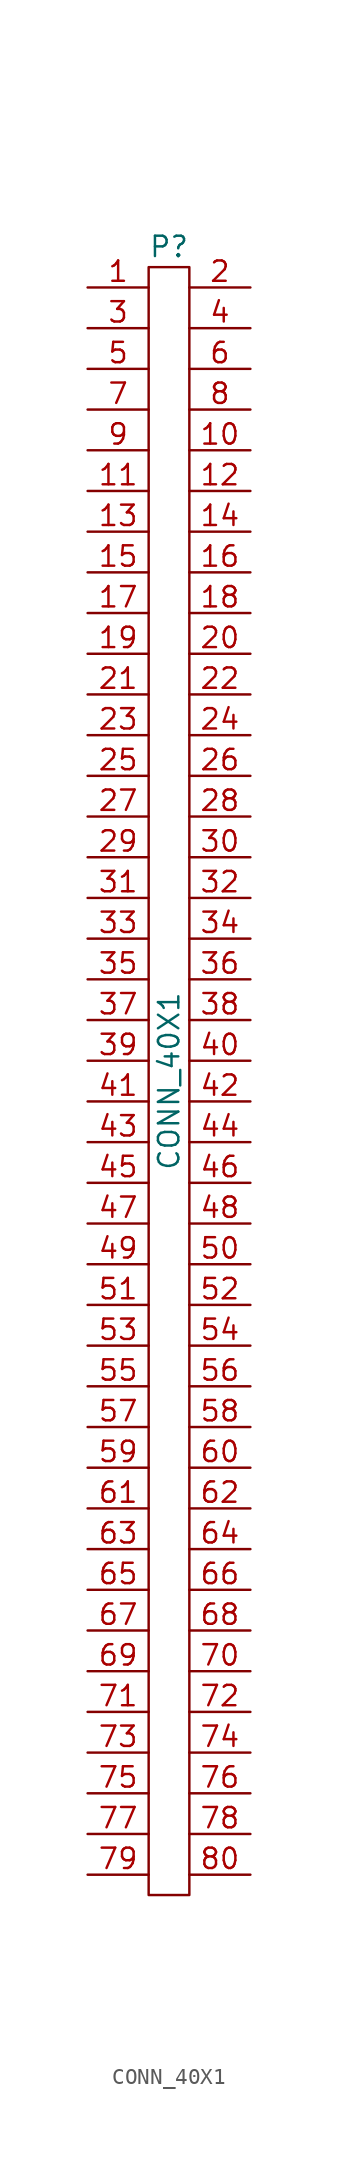
<source format=kicad_sym>
(kicad_symbol_lib
  (version 20201005)
  (generator kicad_symbol_editor)
  (symbol "CONN_40X1"
    (pin_names
      (offset 0.025) hide)
    (property "Reference" "P"
      (at 0 52.07 0)
      (effects (font (size 1.27 1.27))))
    (property "Value" "CONN_40X1"
      (at 0 0 90)
      (effects (font (size 1.27 1.27))))
    (symbol "CONN_40X1_0_1"
      (rectangle (start -1.27 50.8) (end 1.27 -50.8) (stroke (width 0)) (fill (type none))))
    (symbol "CONN_40X1_1_1"
      (pin passive line (at -5.08 49.53 0) (length 3.81) (name "P1" (effects (font (size 1.27 1.27)))) (number "1" (effects (font (size 1.27 1.27)))))
      (pin passive line (at 5.08 39.37 180) (length 3.81) (name "P10" (effects (font (size 1.27 1.27)))) (number "10" (effects (font (size 1.27 1.27)))))
      (pin passive line (at -5.08 36.83 0) (length 3.81) (name "P11" (effects (font (size 1.27 1.27)))) (number "11" (effects (font (size 1.27 1.27)))))
      (pin passive line (at 5.08 36.83 180) (length 3.81) (name "P12" (effects (font (size 1.27 1.27)))) (number "12" (effects (font (size 1.27 1.27)))))
      (pin passive line (at -5.08 34.29 0) (length 3.81) (name "P13" (effects (font (size 1.27 1.27)))) (number "13" (effects (font (size 1.27 1.27)))))
      (pin passive line (at 5.08 34.29 180) (length 3.81) (name "P14" (effects (font (size 1.27 1.27)))) (number "14" (effects (font (size 1.27 1.27)))))
      (pin passive line (at -5.08 31.75 0) (length 3.81) (name "P15" (effects (font (size 1.27 1.27)))) (number "15" (effects (font (size 1.27 1.27)))))
      (pin passive line (at 5.08 31.75 180) (length 3.81) (name "P16" (effects (font (size 1.27 1.27)))) (number "16" (effects (font (size 1.27 1.27)))))
      (pin passive line (at -5.08 29.21 0) (length 3.81) (name "P17" (effects (font (size 1.27 1.27)))) (number "17" (effects (font (size 1.27 1.27)))))
      (pin passive line (at 5.08 29.21 180) (length 3.81) (name "P18" (effects (font (size 1.27 1.27)))) (number "18" (effects (font (size 1.27 1.27)))))
      (pin passive line (at -5.08 26.67 0) (length 3.81) (name "P19" (effects (font (size 1.27 1.27)))) (number "19" (effects (font (size 1.27 1.27)))))
      (pin passive line (at 5.08 49.53 180) (length 3.81) (name "P2" (effects (font (size 1.27 1.27)))) (number "2" (effects (font (size 1.27 1.27)))))
      (pin passive line (at 5.08 26.67 180) (length 3.81) (name "P20" (effects (font (size 1.27 1.27)))) (number "20" (effects (font (size 1.27 1.27)))))
      (pin passive line (at -5.08 24.13 0) (length 3.81) (name "P21" (effects (font (size 1.27 1.27)))) (number "21" (effects (font (size 1.27 1.27)))))
      (pin passive line (at 5.08 24.13 180) (length 3.81) (name "P22" (effects (font (size 1.27 1.27)))) (number "22" (effects (font (size 1.27 1.27)))))
      (pin passive line (at -5.08 21.59 0) (length 3.81) (name "P23" (effects (font (size 1.27 1.27)))) (number "23" (effects (font (size 1.27 1.27)))))
      (pin passive line (at 5.08 21.59 180) (length 3.81) (name "P24" (effects (font (size 1.27 1.27)))) (number "24" (effects (font (size 1.27 1.27)))))
      (pin passive line (at -5.08 19.05 0) (length 3.81) (name "P25" (effects (font (size 1.27 1.27)))) (number "25" (effects (font (size 1.27 1.27)))))
      (pin passive line (at 5.08 19.05 180) (length 3.81) (name "P26" (effects (font (size 1.27 1.27)))) (number "26" (effects (font (size 1.27 1.27)))))
      (pin passive line (at -5.08 16.51 0) (length 3.81) (name "P27" (effects (font (size 1.27 1.27)))) (number "27" (effects (font (size 1.27 1.27)))))
      (pin passive line (at 5.08 16.51 180) (length 3.81) (name "P28" (effects (font (size 1.27 1.27)))) (number "28" (effects (font (size 1.27 1.27)))))
      (pin passive line (at -5.08 13.97 0) (length 3.81) (name "P29" (effects (font (size 1.27 1.27)))) (number "29" (effects (font (size 1.27 1.27)))))
      (pin passive line (at -5.08 46.99 0) (length 3.81) (name "P3" (effects (font (size 1.27 1.27)))) (number "3" (effects (font (size 1.27 1.27)))))
      (pin passive line (at 5.08 13.97 180) (length 3.81) (name "P30" (effects (font (size 1.27 1.27)))) (number "30" (effects (font (size 1.27 1.27)))))
      (pin passive line (at -5.08 11.43 0) (length 3.81) (name "P31" (effects (font (size 1.27 1.27)))) (number "31" (effects (font (size 1.27 1.27)))))
      (pin passive line (at 5.08 11.43 180) (length 3.81) (name "P32" (effects (font (size 1.27 1.27)))) (number "32" (effects (font (size 1.27 1.27)))))
      (pin passive line (at -5.08 8.89 0) (length 3.81) (name "P33" (effects (font (size 1.27 1.27)))) (number "33" (effects (font (size 1.27 1.27)))))
      (pin passive line (at 5.08 8.89 180) (length 3.81) (name "P34" (effects (font (size 1.27 1.27)))) (number "34" (effects (font (size 1.27 1.27)))))
      (pin passive line (at -5.08 6.35 0) (length 3.81) (name "P35" (effects (font (size 1.27 1.27)))) (number "35" (effects (font (size 1.27 1.27)))))
      (pin passive line (at 5.08 6.35 180) (length 3.81) (name "P36" (effects (font (size 1.27 1.27)))) (number "36" (effects (font (size 1.27 1.27)))))
      (pin passive line (at -5.08 3.81 0) (length 3.81) (name "P37" (effects (font (size 1.27 1.27)))) (number "37" (effects (font (size 1.27 1.27)))))
      (pin passive line (at 5.08 3.81 180) (length 3.81) (name "P38" (effects (font (size 1.27 1.27)))) (number "38" (effects (font (size 1.27 1.27)))))
      (pin passive line (at -5.08 1.27 0) (length 3.81) (name "P39" (effects (font (size 1.27 1.27)))) (number "39" (effects (font (size 1.27 1.27)))))
      (pin passive line (at 5.08 46.99 180) (length 3.81) (name "P4" (effects (font (size 1.27 1.27)))) (number "4" (effects (font (size 1.27 1.27)))))
      (pin passive line (at 5.08 1.27 180) (length 3.81) (name "P40" (effects (font (size 1.27 1.27)))) (number "40" (effects (font (size 1.27 1.27)))))
      (pin passive line (at -5.08 -1.27 0) (length 3.81) (name "P41" (effects (font (size 1.27 1.27)))) (number "41" (effects (font (size 1.27 1.27)))))
      (pin passive line (at 5.08 -1.27 180) (length 3.81) (name "P42" (effects (font (size 1.27 1.27)))) (number "42" (effects (font (size 1.27 1.27)))))
      (pin passive line (at -5.08 -3.81 0) (length 3.81) (name "P43" (effects (font (size 1.27 1.27)))) (number "43" (effects (font (size 1.27 1.27)))))
      (pin passive line (at 5.08 -3.81 180) (length 3.81) (name "P44" (effects (font (size 1.27 1.27)))) (number "44" (effects (font (size 1.27 1.27)))))
      (pin passive line (at -5.08 -6.35 0) (length 3.81) (name "P45" (effects (font (size 1.27 1.27)))) (number "45" (effects (font (size 1.27 1.27)))))
      (pin passive line (at 5.08 -6.35 180) (length 3.81) (name "P46" (effects (font (size 1.27 1.27)))) (number "46" (effects (font (size 1.27 1.27)))))
      (pin passive line (at -5.08 -8.89 0) (length 3.81) (name "P47" (effects (font (size 1.27 1.27)))) (number "47" (effects (font (size 1.27 1.27)))))
      (pin passive line (at 5.08 -8.89 180) (length 3.81) (name "P48" (effects (font (size 1.27 1.27)))) (number "48" (effects (font (size 1.27 1.27)))))
      (pin passive line (at -5.08 -11.43 0) (length 3.81) (name "P49" (effects (font (size 1.27 1.27)))) (number "49" (effects (font (size 1.27 1.27)))))
      (pin passive line (at -5.08 44.45 0) (length 3.81) (name "P5" (effects (font (size 1.27 1.27)))) (number "5" (effects (font (size 1.27 1.27)))))
      (pin passive line (at 5.08 -11.43 180) (length 3.81) (name "P50" (effects (font (size 1.27 1.27)))) (number "50" (effects (font (size 1.27 1.27)))))
      (pin passive line (at -5.08 -13.97 0) (length 3.81) (name "P51" (effects (font (size 1.27 1.27)))) (number "51" (effects (font (size 1.27 1.27)))))
      (pin passive line (at 5.08 -13.97 180) (length 3.81) (name "P52" (effects (font (size 1.27 1.27)))) (number "52" (effects (font (size 1.27 1.27)))))
      (pin passive line (at -5.08 -16.51 0) (length 3.81) (name "P53" (effects (font (size 1.27 1.27)))) (number "53" (effects (font (size 1.27 1.27)))))
      (pin passive line (at 5.08 -16.51 180) (length 3.81) (name "P54" (effects (font (size 1.27 1.27)))) (number "54" (effects (font (size 1.27 1.27)))))
      (pin passive line (at -5.08 -19.05 0) (length 3.81) (name "P55" (effects (font (size 1.27 1.27)))) (number "55" (effects (font (size 1.27 1.27)))))
      (pin passive line (at 5.08 -19.05 180) (length 3.81) (name "P56" (effects (font (size 1.27 1.27)))) (number "56" (effects (font (size 1.27 1.27)))))
      (pin passive line (at -5.08 -21.59 0) (length 3.81) (name "P57" (effects (font (size 1.27 1.27)))) (number "57" (effects (font (size 1.27 1.27)))))
      (pin passive line (at 5.08 -21.59 180) (length 3.81) (name "P58" (effects (font (size 1.27 1.27)))) (number "58" (effects (font (size 1.27 1.27)))))
      (pin passive line (at -5.08 -24.13 0) (length 3.81) (name "P59" (effects (font (size 1.27 1.27)))) (number "59" (effects (font (size 1.27 1.27)))))
      (pin passive line (at 5.08 44.45 180) (length 3.81) (name "P6" (effects (font (size 1.27 1.27)))) (number "6" (effects (font (size 1.27 1.27)))))
      (pin passive line (at 5.08 -24.13 180) (length 3.81) (name "P60" (effects (font (size 1.27 1.27)))) (number "60" (effects (font (size 1.27 1.27)))))
      (pin passive line (at -5.08 -26.67 0) (length 3.81) (name "P61" (effects (font (size 1.27 1.27)))) (number "61" (effects (font (size 1.27 1.27)))))
      (pin passive line (at 5.08 -26.67 180) (length 3.81) (name "P62" (effects (font (size 1.27 1.27)))) (number "62" (effects (font (size 1.27 1.27)))))
      (pin passive line (at -5.08 -29.21 0) (length 3.81) (name "P63" (effects (font (size 1.27 1.27)))) (number "63" (effects (font (size 1.27 1.27)))))
      (pin passive line (at 5.08 -29.21 180) (length 3.81) (name "P64" (effects (font (size 1.27 1.27)))) (number "64" (effects (font (size 1.27 1.27)))))
      (pin passive line (at -5.08 -31.75 0) (length 3.81) (name "P65" (effects (font (size 1.27 1.27)))) (number "65" (effects (font (size 1.27 1.27)))))
      (pin passive line (at 5.08 -31.75 180) (length 3.81) (name "P66" (effects (font (size 1.27 1.27)))) (number "66" (effects (font (size 1.27 1.27)))))
      (pin passive line (at -5.08 -34.29 0) (length 3.81) (name "P67" (effects (font (size 1.27 1.27)))) (number "67" (effects (font (size 1.27 1.27)))))
      (pin passive line (at 5.08 -34.29 180) (length 3.81) (name "P68" (effects (font (size 1.27 1.27)))) (number "68" (effects (font (size 1.27 1.27)))))
      (pin passive line (at -5.08 -36.83 0) (length 3.81) (name "P69" (effects (font (size 1.27 1.27)))) (number "69" (effects (font (size 1.27 1.27)))))
      (pin passive line (at -5.08 41.91 0) (length 3.81) (name "P7" (effects (font (size 1.27 1.27)))) (number "7" (effects (font (size 1.27 1.27)))))
      (pin passive line (at 5.08 -36.83 180) (length 3.81) (name "P70" (effects (font (size 1.27 1.27)))) (number "70" (effects (font (size 1.27 1.27)))))
      (pin passive line (at -5.08 -39.37 0) (length 3.81) (name "P71" (effects (font (size 1.27 1.27)))) (number "71" (effects (font (size 1.27 1.27)))))
      (pin passive line (at 5.08 -39.37 180) (length 3.81) (name "P72" (effects (font (size 1.27 1.27)))) (number "72" (effects (font (size 1.27 1.27)))))
      (pin passive line (at -5.08 -41.91 0) (length 3.81) (name "P73" (effects (font (size 1.27 1.27)))) (number "73" (effects (font (size 1.27 1.27)))))
      (pin passive line (at 5.08 -41.91 180) (length 3.81) (name "P74" (effects (font (size 1.27 1.27)))) (number "74" (effects (font (size 1.27 1.27)))))
      (pin passive line (at -5.08 -44.45 0) (length 3.81) (name "P75" (effects (font (size 1.27 1.27)))) (number "75" (effects (font (size 1.27 1.27)))))
      (pin passive line (at 5.08 -44.45 180) (length 3.81) (name "P76" (effects (font (size 1.27 1.27)))) (number "76" (effects (font (size 1.27 1.27)))))
      (pin passive line (at -5.08 -46.99 0) (length 3.81) (name "P77" (effects (font (size 1.27 1.27)))) (number "77" (effects (font (size 1.27 1.27)))))
      (pin passive line (at 5.08 -46.99 180) (length 3.81) (name "P78" (effects (font (size 1.27 1.27)))) (number "78" (effects (font (size 1.27 1.27)))))
      (pin passive line (at -5.08 -49.53 0) (length 3.81) (name "P79" (effects (font (size 1.27 1.27)))) (number "79" (effects (font (size 1.27 1.27)))))
      (pin passive line (at 5.08 41.91 180) (length 3.81) (name "P8" (effects (font (size 1.27 1.27)))) (number "8" (effects (font (size 1.27 1.27)))))
      (pin passive line (at 5.08 -49.53 180) (length 3.81) (name "P80" (effects (font (size 1.27 1.27)))) (number "80" (effects (font (size 1.27 1.27)))))
      (pin passive line (at -5.08 39.37 0) (length 3.81) (name "P9" (effects (font (size 1.27 1.27)))) (number "9" (effects (font (size 1.27 1.27))))))))
</source>
